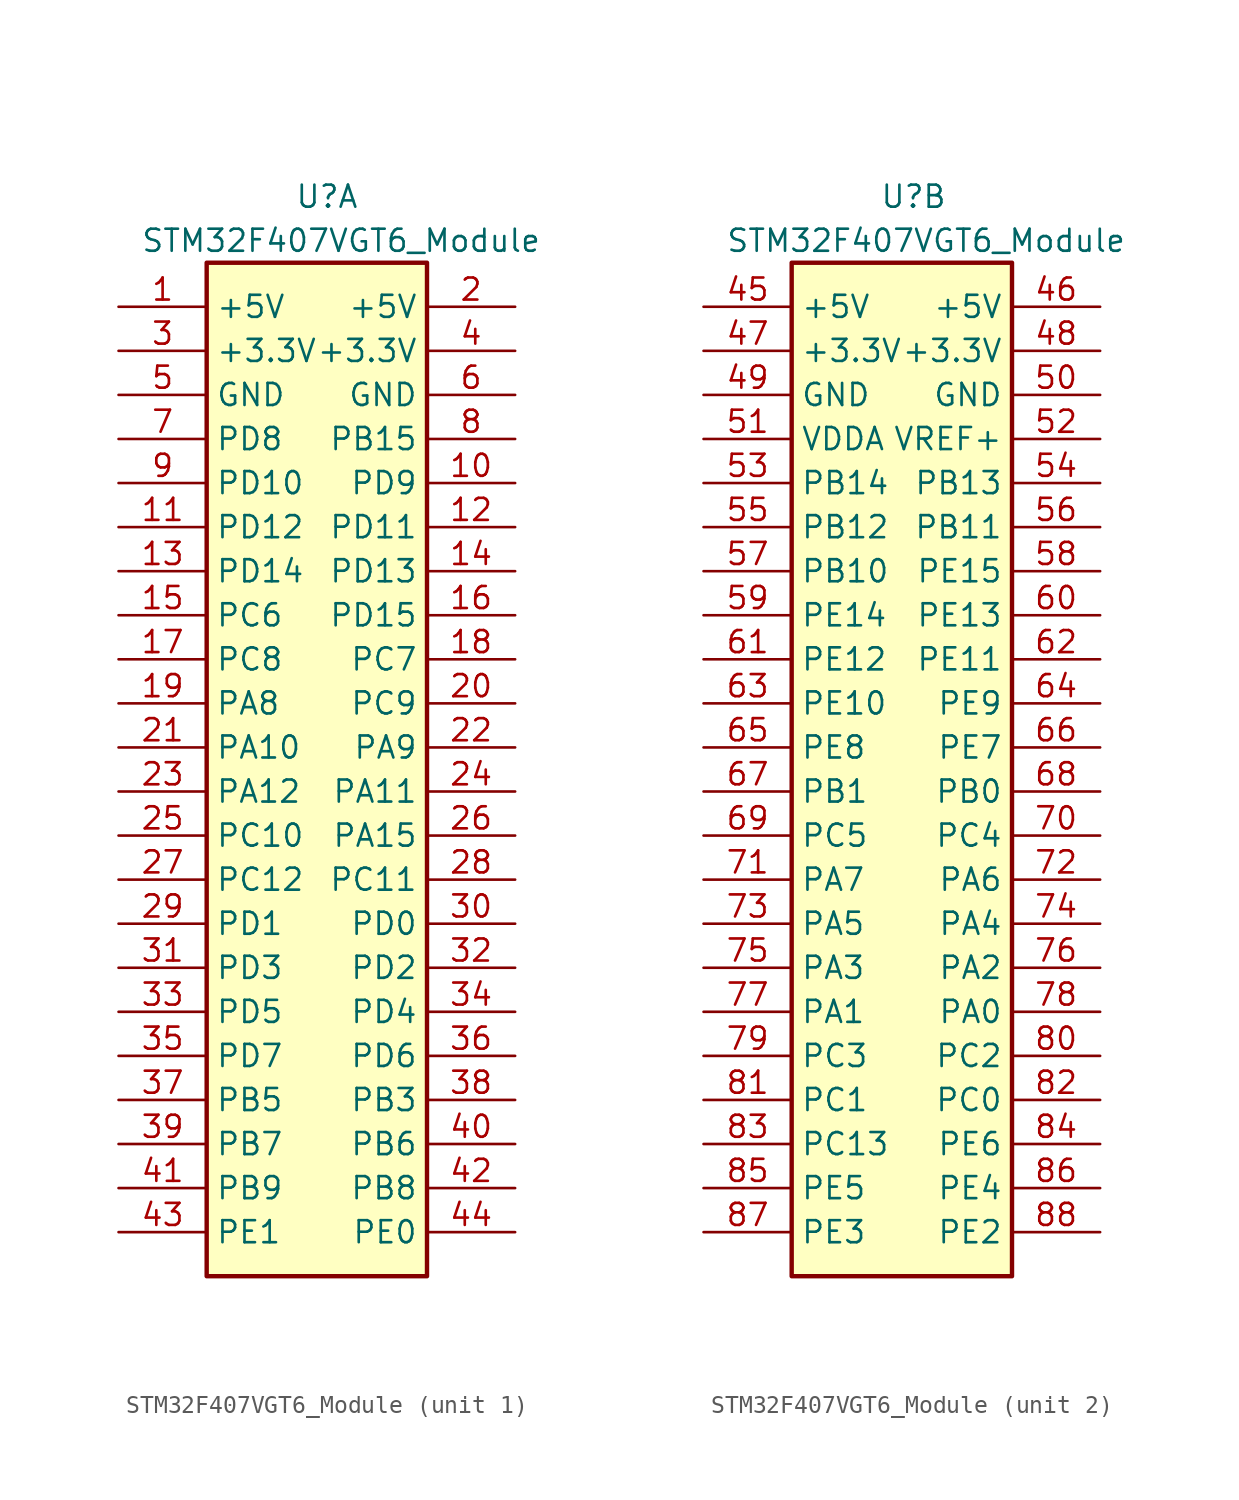
<source format=kicad_sym>
(kicad_symbol_lib
  (version 20211014)
  (generator kicad_symbol_editor)
  (symbol "STM32F407VGT6_Module"
    (property "Reference" "U"
      (at -1.27 34.29 0)
      (effects (font (size 1.27 1.27)) (justify left)))
    (property "Value" "STM32F407VGT6_Module"
      (at -10.16 31.75 0)
      (effects (font (size 1.27 1.27)) (justify left)))
    (symbol "STM32F407VGT6_Module_0_1"
      (rectangle (start -6.35 30.48) (end 6.35 -27.94) (stroke (width 0.254) (type default) (color 0 0 0 0)) (fill (type background))))
    (symbol "STM32F407VGT6_Module_1_1"
      (pin power_in line (at -11.43 27.94 0) (length 5.08) (name "+5V" (effects (font (size 1.27 1.27)))) (number "1" (effects (font (size 1.27 1.27)))))
      (pin bidirectional line (at 11.43 17.78 180) (length 5.08) (name "PD9" (effects (font (size 1.27 1.27)))) (number "10" (effects (font (size 1.27 1.27)))))
      (pin bidirectional line (at -11.43 15.24 0) (length 5.08) (name "PD12" (effects (font (size 1.27 1.27)))) (number "11" (effects (font (size 1.27 1.27)))))
      (pin bidirectional line (at 11.43 15.24 180) (length 5.08) (name "PD11" (effects (font (size 1.27 1.27)))) (number "12" (effects (font (size 1.27 1.27)))))
      (pin bidirectional line (at -11.43 12.7 0) (length 5.08) (name "PD14" (effects (font (size 1.27 1.27)))) (number "13" (effects (font (size 1.27 1.27)))))
      (pin bidirectional line (at 11.43 12.7 180) (length 5.08) (name "PD13" (effects (font (size 1.27 1.27)))) (number "14" (effects (font (size 1.27 1.27)))))
      (pin bidirectional line (at -11.43 10.16 0) (length 5.08) (name "PC6" (effects (font (size 1.27 1.27)))) (number "15" (effects (font (size 1.27 1.27)))))
      (pin bidirectional line (at 11.43 10.16 180) (length 5.08) (name "PD15" (effects (font (size 1.27 1.27)))) (number "16" (effects (font (size 1.27 1.27)))))
      (pin bidirectional line (at -11.43 7.62 0) (length 5.08) (name "PC8" (effects (font (size 1.27 1.27)))) (number "17" (effects (font (size 1.27 1.27)))))
      (pin bidirectional line (at 11.43 7.62 180) (length 5.08) (name "PC7" (effects (font (size 1.27 1.27)))) (number "18" (effects (font (size 1.27 1.27)))))
      (pin bidirectional line (at -11.43 5.08 0) (length 5.08) (name "PA8" (effects (font (size 1.27 1.27)))) (number "19" (effects (font (size 1.27 1.27)))))
      (pin power_in line (at 11.43 27.94 180) (length 5.08) (name "+5V" (effects (font (size 1.27 1.27)))) (number "2" (effects (font (size 1.27 1.27)))))
      (pin bidirectional line (at 11.43 5.08 180) (length 5.08) (name "PC9" (effects (font (size 1.27 1.27)))) (number "20" (effects (font (size 1.27 1.27)))))
      (pin bidirectional line (at -11.43 2.54 0) (length 5.08) (name "PA10" (effects (font (size 1.27 1.27)))) (number "21" (effects (font (size 1.27 1.27)))))
      (pin bidirectional line (at 11.43 2.54 180) (length 5.08) (name "PA9" (effects (font (size 1.27 1.27)))) (number "22" (effects (font (size 1.27 1.27)))))
      (pin bidirectional line (at -11.43 0 0) (length 5.08) (name "PA12" (effects (font (size 1.27 1.27)))) (number "23" (effects (font (size 1.27 1.27)))))
      (pin bidirectional line (at 11.43 0 180) (length 5.08) (name "PA11" (effects (font (size 1.27 1.27)))) (number "24" (effects (font (size 1.27 1.27)))))
      (pin bidirectional line (at -11.43 -2.54 0) (length 5.08) (name "PC10" (effects (font (size 1.27 1.27)))) (number "25" (effects (font (size 1.27 1.27)))))
      (pin bidirectional line (at 11.43 -2.54 180) (length 5.08) (name "PA15" (effects (font (size 1.27 1.27)))) (number "26" (effects (font (size 1.27 1.27)))))
      (pin bidirectional line (at -11.43 -5.08 0) (length 5.08) (name "PC12" (effects (font (size 1.27 1.27)))) (number "27" (effects (font (size 1.27 1.27)))))
      (pin bidirectional line (at 11.43 -5.08 180) (length 5.08) (name "PC11" (effects (font (size 1.27 1.27)))) (number "28" (effects (font (size 1.27 1.27)))))
      (pin bidirectional line (at -11.43 -7.62 0) (length 5.08) (name "PD1" (effects (font (size 1.27 1.27)))) (number "29" (effects (font (size 1.27 1.27)))))
      (pin power_out line (at -11.43 25.4 0) (length 5.08) (name "+3.3V" (effects (font (size 1.27 1.27)))) (number "3" (effects (font (size 1.27 1.27)))))
      (pin bidirectional line (at 11.43 -7.62 180) (length 5.08) (name "PD0" (effects (font (size 1.27 1.27)))) (number "30" (effects (font (size 1.27 1.27)))))
      (pin bidirectional line (at -11.43 -10.16 0) (length 5.08) (name "PD3" (effects (font (size 1.27 1.27)))) (number "31" (effects (font (size 1.27 1.27)))))
      (pin bidirectional line (at 11.43 -10.16 180) (length 5.08) (name "PD2" (effects (font (size 1.27 1.27)))) (number "32" (effects (font (size 1.27 1.27)))))
      (pin bidirectional line (at -11.43 -12.7 0) (length 5.08) (name "PD5" (effects (font (size 1.27 1.27)))) (number "33" (effects (font (size 1.27 1.27)))))
      (pin bidirectional line (at 11.43 -12.7 180) (length 5.08) (name "PD4" (effects (font (size 1.27 1.27)))) (number "34" (effects (font (size 1.27 1.27)))))
      (pin bidirectional line (at -11.43 -15.24 0) (length 5.08) (name "PD7" (effects (font (size 1.27 1.27)))) (number "35" (effects (font (size 1.27 1.27)))))
      (pin bidirectional line (at 11.43 -15.24 180) (length 5.08) (name "PD6" (effects (font (size 1.27 1.27)))) (number "36" (effects (font (size 1.27 1.27)))))
      (pin bidirectional line (at -11.43 -17.78 0) (length 5.08) (name "PB5" (effects (font (size 1.27 1.27)))) (number "37" (effects (font (size 1.27 1.27)))))
      (pin bidirectional line (at 11.43 -17.78 180) (length 5.08) (name "PB3" (effects (font (size 1.27 1.27)))) (number "38" (effects (font (size 1.27 1.27)))))
      (pin bidirectional line (at -11.43 -20.32 0) (length 5.08) (name "PB7" (effects (font (size 1.27 1.27)))) (number "39" (effects (font (size 1.27 1.27)))))
      (pin power_out line (at 11.43 25.4 180) (length 5.08) (name "+3.3V" (effects (font (size 1.27 1.27)))) (number "4" (effects (font (size 1.27 1.27)))))
      (pin bidirectional line (at 11.43 -20.32 180) (length 5.08) (name "PB6" (effects (font (size 1.27 1.27)))) (number "40" (effects (font (size 1.27 1.27)))))
      (pin bidirectional line (at -11.43 -22.86 0) (length 5.08) (name "PB9" (effects (font (size 1.27 1.27)))) (number "41" (effects (font (size 1.27 1.27)))))
      (pin bidirectional line (at 11.43 -22.86 180) (length 5.08) (name "PB8" (effects (font (size 1.27 1.27)))) (number "42" (effects (font (size 1.27 1.27)))))
      (pin bidirectional line (at -11.43 -25.4 0) (length 5.08) (name "PE1" (effects (font (size 1.27 1.27)))) (number "43" (effects (font (size 1.27 1.27)))))
      (pin bidirectional line (at 11.43 -25.4 180) (length 5.08) (name "PE0" (effects (font (size 1.27 1.27)))) (number "44" (effects (font (size 1.27 1.27)))))
      (pin power_in line (at -11.43 22.86 0) (length 5.08) (name "GND" (effects (font (size 1.27 1.27)))) (number "5" (effects (font (size 1.27 1.27)))))
      (pin power_in line (at 11.43 22.86 180) (length 5.08) (name "GND" (effects (font (size 1.27 1.27)))) (number "6" (effects (font (size 1.27 1.27)))))
      (pin bidirectional line (at -11.43 20.32 0) (length 5.08) (name "PD8" (effects (font (size 1.27 1.27)))) (number "7" (effects (font (size 1.27 1.27)))))
      (pin bidirectional line (at 11.43 20.32 180) (length 5.08) (name "PB15" (effects (font (size 1.27 1.27)))) (number "8" (effects (font (size 1.27 1.27)))))
      (pin bidirectional line (at -11.43 17.78 0) (length 5.08) (name "PD10" (effects (font (size 1.27 1.27)))) (number "9" (effects (font (size 1.27 1.27))))))
    (symbol "STM32F407VGT6_Module_2_1"
      (pin power_in line (at -11.43 27.94 0) (length 5.08) (name "+5V" (effects (font (size 1.27 1.27)))) (number "45" (effects (font (size 1.27 1.27)))))
      (pin power_in line (at 11.43 27.94 180) (length 5.08) (name "+5V" (effects (font (size 1.27 1.27)))) (number "46" (effects (font (size 1.27 1.27)))))
      (pin power_out line (at -11.43 25.4 0) (length 5.08) (name "+3.3V" (effects (font (size 1.27 1.27)))) (number "47" (effects (font (size 1.27 1.27)))))
      (pin power_out line (at 11.43 25.4 180) (length 5.08) (name "+3.3V" (effects (font (size 1.27 1.27)))) (number "48" (effects (font (size 1.27 1.27)))))
      (pin power_in line (at -11.43 22.86 0) (length 5.08) (name "GND" (effects (font (size 1.27 1.27)))) (number "49" (effects (font (size 1.27 1.27)))))
      (pin power_in line (at 11.43 22.86 180) (length 5.08) (name "GND" (effects (font (size 1.27 1.27)))) (number "50" (effects (font (size 1.27 1.27)))))
      (pin power_in line (at -11.43 20.32 0) (length 5.08) (name "VDDA" (effects (font (size 1.27 1.27)))) (number "51" (effects (font (size 1.27 1.27)))))
      (pin power_in line (at 11.43 20.32 180) (length 5.08) (name "VREF+" (effects (font (size 1.27 1.27)))) (number "52" (effects (font (size 1.27 1.27)))))
      (pin bidirectional line (at -11.43 17.78 0) (length 5.08) (name "PB14" (effects (font (size 1.27 1.27)))) (number "53" (effects (font (size 1.27 1.27)))))
      (pin bidirectional line (at 11.43 17.78 180) (length 5.08) (name "PB13" (effects (font (size 1.27 1.27)))) (number "54" (effects (font (size 1.27 1.27)))))
      (pin bidirectional line (at -11.43 15.24 0) (length 5.08) (name "PB12" (effects (font (size 1.27 1.27)))) (number "55" (effects (font (size 1.27 1.27)))))
      (pin bidirectional line (at 11.43 15.24 180) (length 5.08) (name "PB11" (effects (font (size 1.27 1.27)))) (number "56" (effects (font (size 1.27 1.27)))))
      (pin bidirectional line (at -11.43 12.7 0) (length 5.08) (name "PB10" (effects (font (size 1.27 1.27)))) (number "57" (effects (font (size 1.27 1.27)))))
      (pin bidirectional line (at 11.43 12.7 180) (length 5.08) (name "PE15" (effects (font (size 1.27 1.27)))) (number "58" (effects (font (size 1.27 1.27)))))
      (pin bidirectional line (at -11.43 10.16 0) (length 5.08) (name "PE14" (effects (font (size 1.27 1.27)))) (number "59" (effects (font (size 1.27 1.27)))))
      (pin bidirectional line (at 11.43 10.16 180) (length 5.08) (name "PE13" (effects (font (size 1.27 1.27)))) (number "60" (effects (font (size 1.27 1.27)))))
      (pin bidirectional line (at -11.43 7.62 0) (length 5.08) (name "PE12" (effects (font (size 1.27 1.27)))) (number "61" (effects (font (size 1.27 1.27)))))
      (pin bidirectional line (at 11.43 7.62 180) (length 5.08) (name "PE11" (effects (font (size 1.27 1.27)))) (number "62" (effects (font (size 1.27 1.27)))))
      (pin bidirectional line (at -11.43 5.08 0) (length 5.08) (name "PE10" (effects (font (size 1.27 1.27)))) (number "63" (effects (font (size 1.27 1.27)))))
      (pin bidirectional line (at 11.43 5.08 180) (length 5.08) (name "PE9" (effects (font (size 1.27 1.27)))) (number "64" (effects (font (size 1.27 1.27)))))
      (pin bidirectional line (at -11.43 2.54 0) (length 5.08) (name "PE8" (effects (font (size 1.27 1.27)))) (number "65" (effects (font (size 1.27 1.27)))))
      (pin bidirectional line (at 11.43 2.54 180) (length 5.08) (name "PE7" (effects (font (size 1.27 1.27)))) (number "66" (effects (font (size 1.27 1.27)))))
      (pin bidirectional line (at -11.43 0 0) (length 5.08) (name "PB1" (effects (font (size 1.27 1.27)))) (number "67" (effects (font (size 1.27 1.27)))))
      (pin bidirectional line (at 11.43 0 180) (length 5.08) (name "PB0" (effects (font (size 1.27 1.27)))) (number "68" (effects (font (size 1.27 1.27)))))
      (pin bidirectional line (at -11.43 -2.54 0) (length 5.08) (name "PC5" (effects (font (size 1.27 1.27)))) (number "69" (effects (font (size 1.27 1.27)))))
      (pin bidirectional line (at 11.43 -2.54 180) (length 5.08) (name "PC4" (effects (font (size 1.27 1.27)))) (number "70" (effects (font (size 1.27 1.27)))))
      (pin bidirectional line (at -11.43 -5.08 0) (length 5.08) (name "PA7" (effects (font (size 1.27 1.27)))) (number "71" (effects (font (size 1.27 1.27)))))
      (pin bidirectional line (at 11.43 -5.08 180) (length 5.08) (name "PA6" (effects (font (size 1.27 1.27)))) (number "72" (effects (font (size 1.27 1.27)))))
      (pin bidirectional line (at -11.43 -7.62 0) (length 5.08) (name "PA5" (effects (font (size 1.27 1.27)))) (number "73" (effects (font (size 1.27 1.27)))))
      (pin bidirectional line (at 11.43 -7.62 180) (length 5.08) (name "PA4" (effects (font (size 1.27 1.27)))) (number "74" (effects (font (size 1.27 1.27)))))
      (pin bidirectional line (at -11.43 -10.16 0) (length 5.08) (name "PA3" (effects (font (size 1.27 1.27)))) (number "75" (effects (font (size 1.27 1.27)))))
      (pin bidirectional line (at 11.43 -10.16 180) (length 5.08) (name "PA2" (effects (font (size 1.27 1.27)))) (number "76" (effects (font (size 1.27 1.27)))))
      (pin bidirectional line (at -11.43 -12.7 0) (length 5.08) (name "PA1" (effects (font (size 1.27 1.27)))) (number "77" (effects (font (size 1.27 1.27)))))
      (pin bidirectional line (at 11.43 -12.7 180) (length 5.08) (name "PA0" (effects (font (size 1.27 1.27)))) (number "78" (effects (font (size 1.27 1.27)))))
      (pin bidirectional line (at -11.43 -15.24 0) (length 5.08) (name "PC3" (effects (font (size 1.27 1.27)))) (number "79" (effects (font (size 1.27 1.27)))))
      (pin bidirectional line (at 11.43 -15.24 180) (length 5.08) (name "PC2" (effects (font (size 1.27 1.27)))) (number "80" (effects (font (size 1.27 1.27)))))
      (pin bidirectional line (at -11.43 -17.78 0) (length 5.08) (name "PC1" (effects (font (size 1.27 1.27)))) (number "81" (effects (font (size 1.27 1.27)))))
      (pin bidirectional line (at 11.43 -17.78 180) (length 5.08) (name "PC0" (effects (font (size 1.27 1.27)))) (number "82" (effects (font (size 1.27 1.27)))))
      (pin bidirectional line (at -11.43 -20.32 0) (length 5.08) (name "PC13" (effects (font (size 1.27 1.27)))) (number "83" (effects (font (size 1.27 1.27)))))
      (pin bidirectional line (at 11.43 -20.32 180) (length 5.08) (name "PE6" (effects (font (size 1.27 1.27)))) (number "84" (effects (font (size 1.27 1.27)))))
      (pin bidirectional line (at -11.43 -22.86 0) (length 5.08) (name "PE5" (effects (font (size 1.27 1.27)))) (number "85" (effects (font (size 1.27 1.27)))))
      (pin bidirectional line (at 11.43 -22.86 180) (length 5.08) (name "PE4" (effects (font (size 1.27 1.27)))) (number "86" (effects (font (size 1.27 1.27)))))
      (pin bidirectional line (at -11.43 -25.4 0) (length 5.08) (name "PE3" (effects (font (size 1.27 1.27)))) (number "87" (effects (font (size 1.27 1.27)))))
      (pin bidirectional line (at 11.43 -25.4 180) (length 5.08) (name "PE2" (effects (font (size 1.27 1.27)))) (number "88" (effects (font (size 1.27 1.27))))))))
</source>
